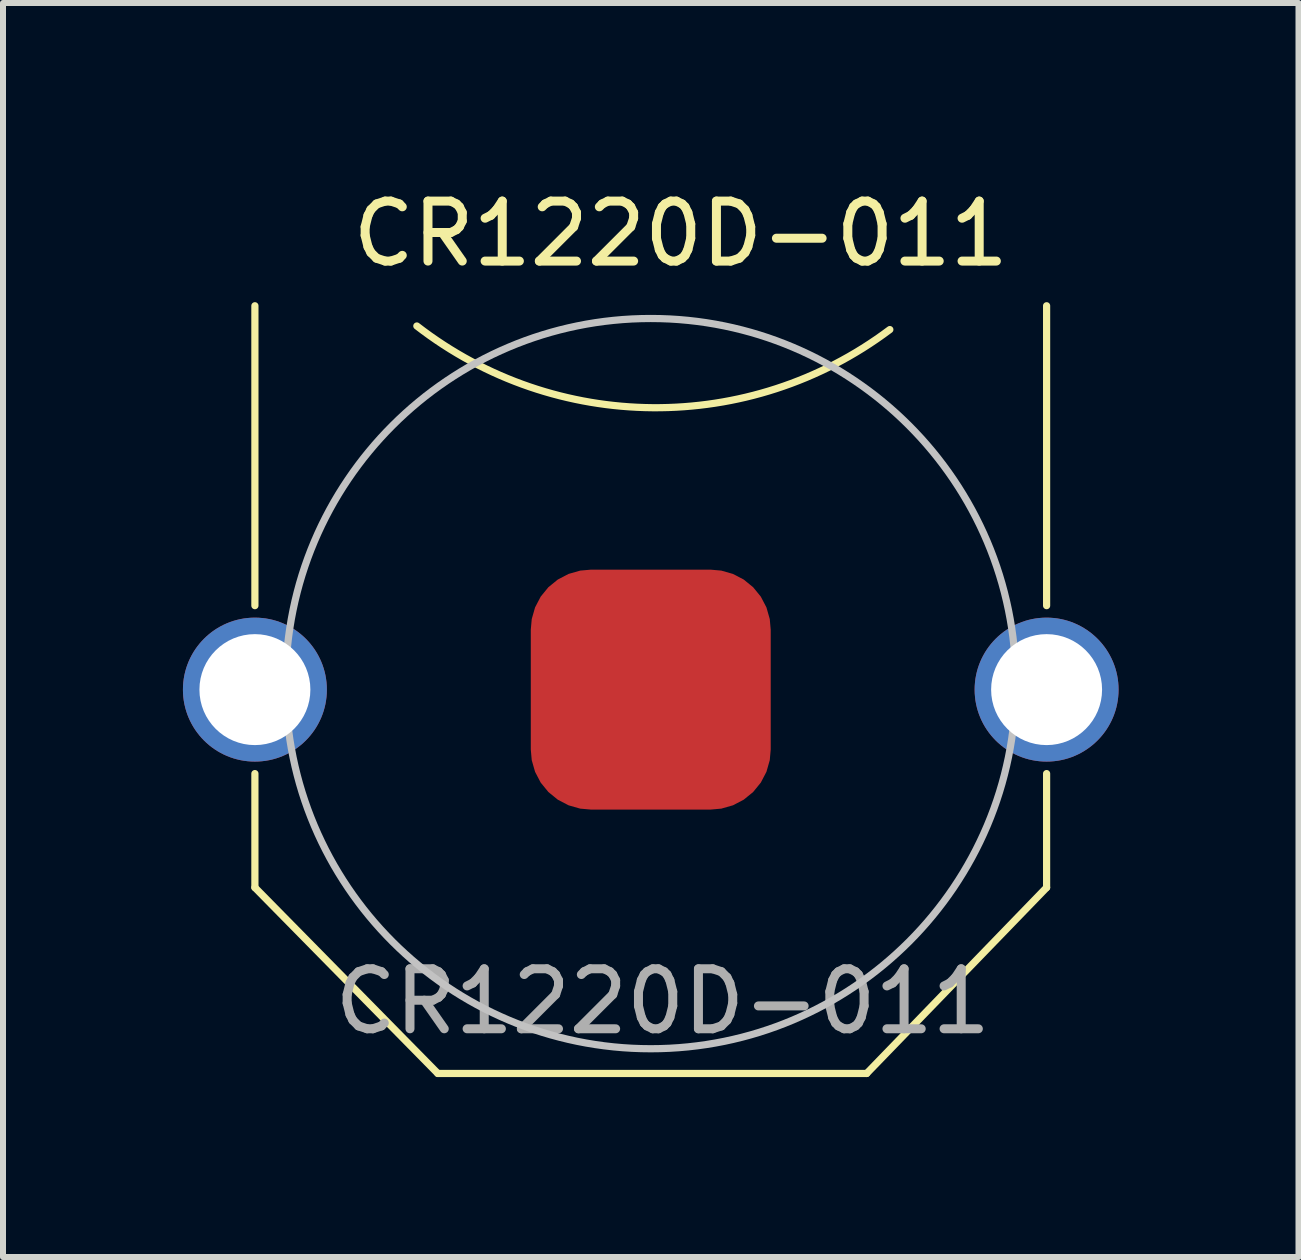
<source format=kicad_pcb>
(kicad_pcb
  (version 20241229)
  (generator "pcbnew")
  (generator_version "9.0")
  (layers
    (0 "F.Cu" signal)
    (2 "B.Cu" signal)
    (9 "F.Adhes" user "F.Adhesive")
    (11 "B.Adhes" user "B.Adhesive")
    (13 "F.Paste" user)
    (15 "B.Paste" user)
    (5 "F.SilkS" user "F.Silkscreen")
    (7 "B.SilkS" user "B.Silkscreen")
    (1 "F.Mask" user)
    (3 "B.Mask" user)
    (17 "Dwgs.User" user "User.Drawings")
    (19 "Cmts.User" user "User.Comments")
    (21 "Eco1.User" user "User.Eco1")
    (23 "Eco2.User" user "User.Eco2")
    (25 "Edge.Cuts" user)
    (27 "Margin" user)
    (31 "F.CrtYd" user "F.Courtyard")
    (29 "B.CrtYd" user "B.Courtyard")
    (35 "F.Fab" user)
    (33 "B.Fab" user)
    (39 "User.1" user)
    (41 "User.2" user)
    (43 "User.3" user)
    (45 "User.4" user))
  (footprint "CR1220D-011"
    (layer "F.Cu")
    (at 8 8.448)
    (property "Reference" "CR1220D-011" (at 0.3 -7.6 0) (unlocked yes) (layer "F.SilkS") (effects (font (size 1 1) (thickness 0.15))))
    (attr smd)
    (fp_line (start -6.8 -1.4) (end -6.8 -6.4) (stroke (width 0.12) (type solid)) (layer "F.SilkS"))
    (fp_line (start -6.8 1.4) (end -6.8 3.3) (stroke (width 0.12) (type solid)) (layer "F.SilkS"))
    (fp_line (start -6.8 3.3) (end -3.75 6.4) (stroke (width 0.12) (type solid)) (layer "F.SilkS"))
    (fp_line (start -3.75 6.4) (end 3.4 6.4) (stroke (width 0.12) (type solid)) (layer "F.SilkS"))
    (fp_line (start 6.4 -1.4) (end 6.4 -6.4) (stroke (width 0.12) (type solid)) (layer "F.SilkS"))
    (fp_line (start 6.4 1.4) (end 6.4 3.3) (stroke (width 0.12) (type solid)) (layer "F.SilkS"))
    (fp_line (start 6.4 3.3) (end 3.4 6.4) (stroke (width 0.12) (type solid)) (layer "F.SilkS"))
    (fp_arc (start 3.786132 -6.002859) (mid -0.167063 -4.7) (end -4.1 -6.06279) (stroke (width 0.12) (type solid)) (layer "F.SilkS"))
    (fp_circle (center -0.2 -0.1) (end 5.7 -1.6) (stroke (width 0.12) (type solid)) (fill no) (layer "Dwgs.User"))
    (fp_text user "${REFERENCE}" (at 0 5.2 0) (unlocked yes) (layer "F.Fab") (effects (font (size 1 1) (thickness 0.15))))
    (pad "1" thru_hole circle (at -6.8 0) (size 2.4 2.4) (drill 1.85) (layers "*.Cu" "*.Mask"))
    (pad "1" thru_hole circle (at 6.4 0) (size 2.4 2.4) (drill 1.85) (layers "*.Cu" "*.Mask"))
    (pad "2" smd roundrect (at -0.2 0) (size 4 4) (layers "F.Cu" "F.Mask" "F.Paste") (roundrect_rratio 0.25)))
  (gr_rect
    (start -3 -3)
    (end 18.6 17.908)
    (stroke (width 0.1) (type default))
    (fill no)
    (layer "Edge.Cuts")))
</source>
